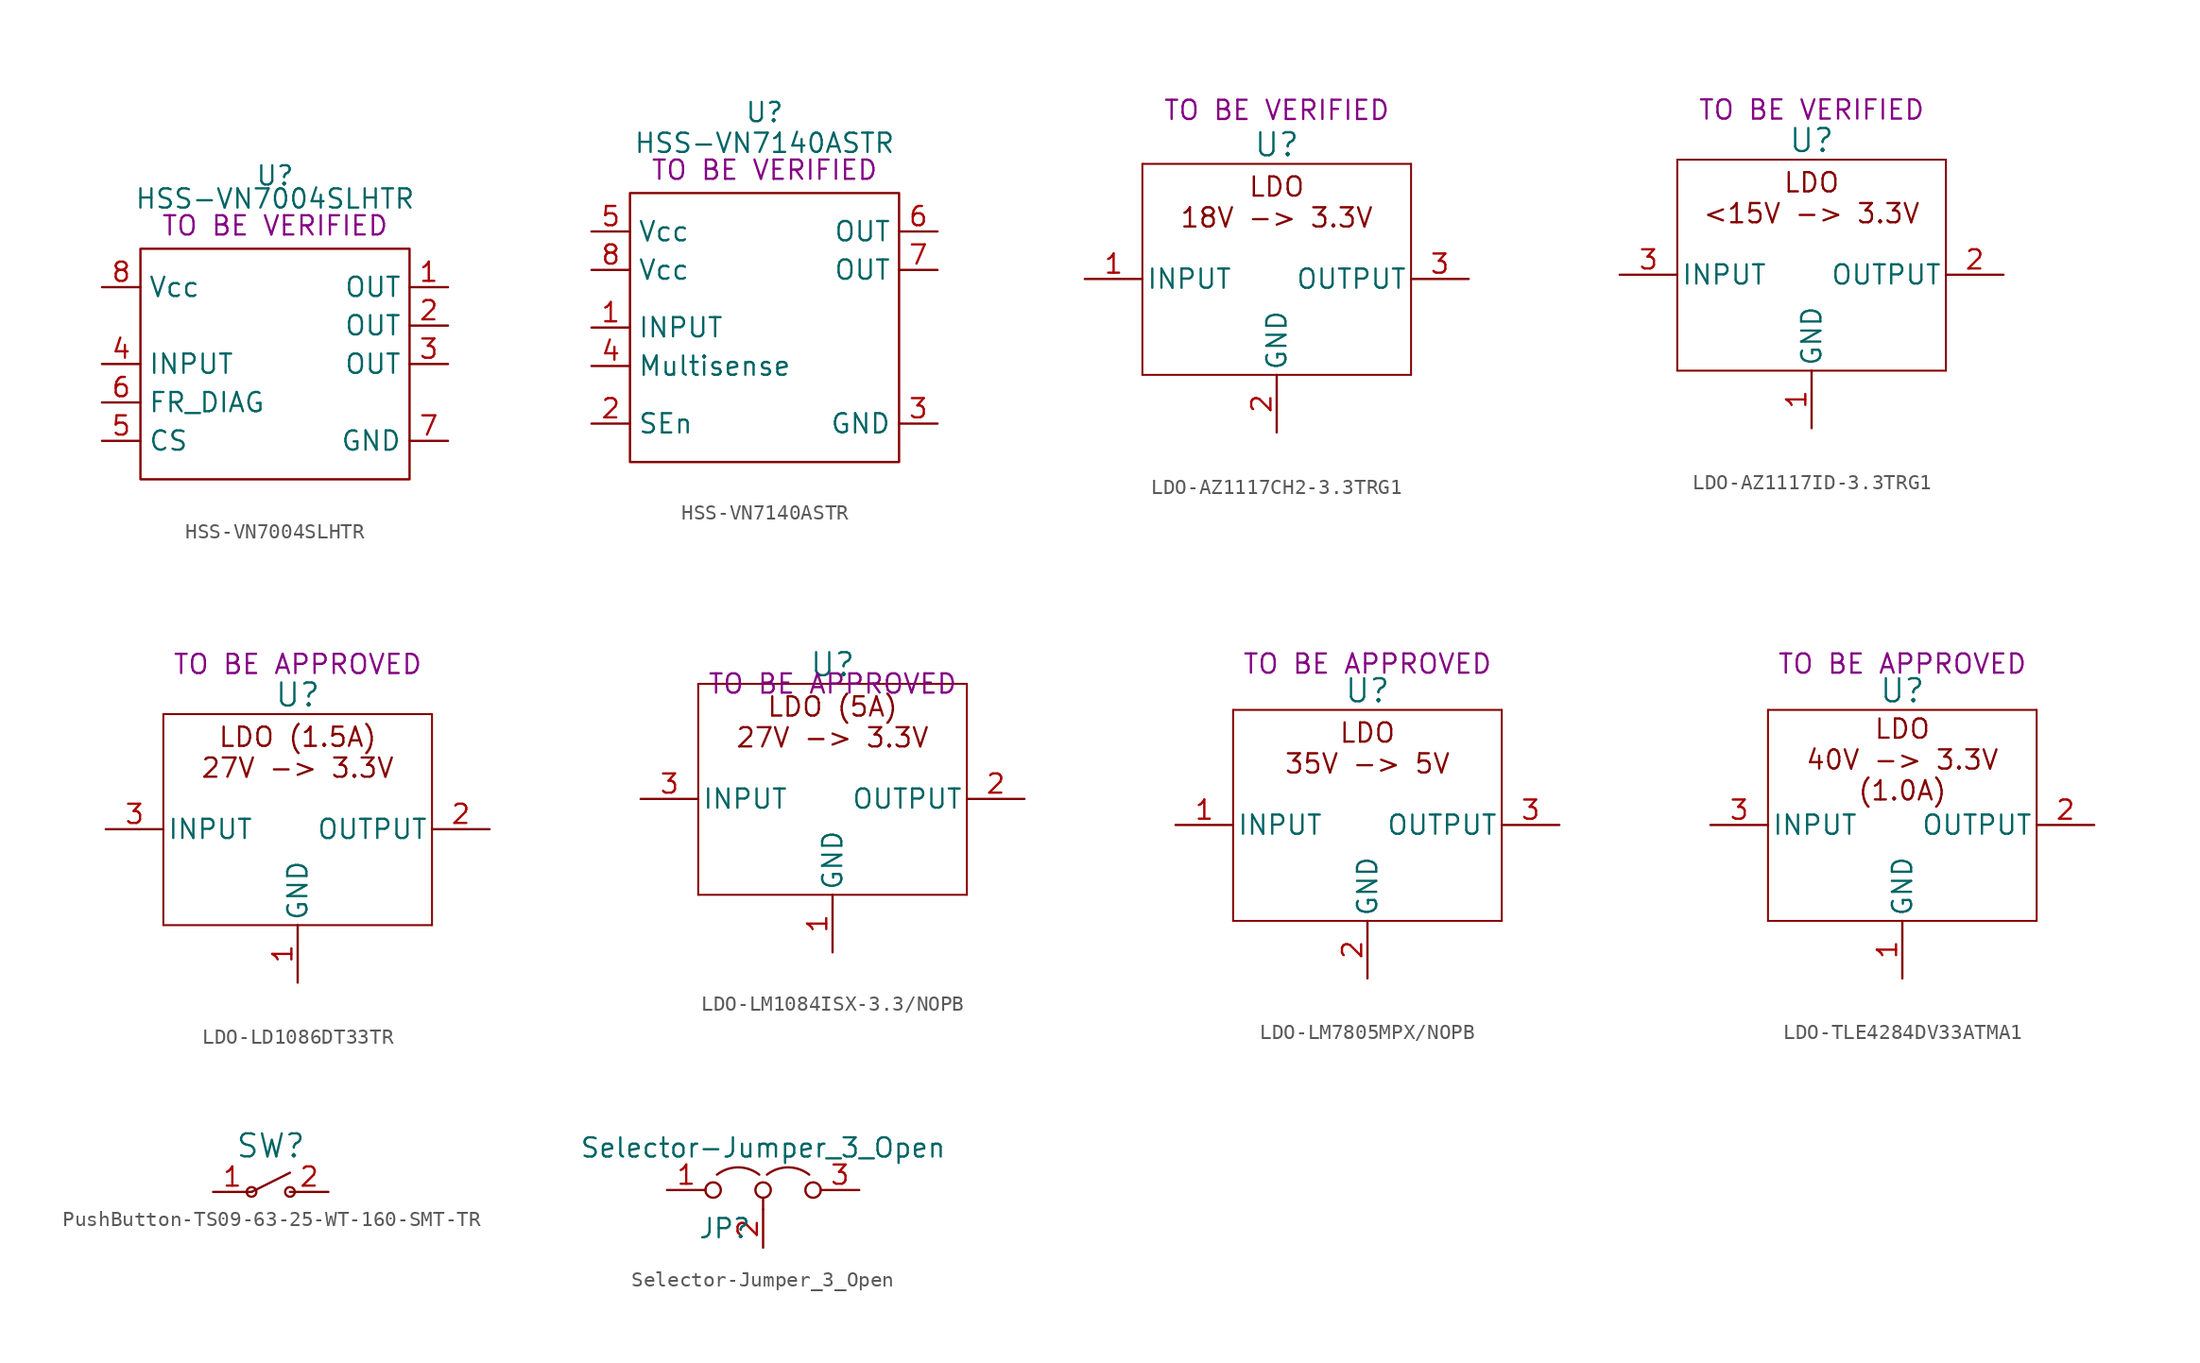
<source format=kicad_sym>
(kicad_symbol_lib
  (version 20231120)
  (generator "kicad_symbol_editor")
  (generator_version "8.0")
  (symbol "HSS-VN7004SLHTR"
    (property "Reference" "U"
      (at 0 1.016 0)
      (effects (font (size 1.27 1.27))))
    (property "Value" "HSS-VN7004SLHTR "
      (at 0 -0.508 0)
      (effects (font (size 1.27 1.27))))
    (property "STATUS" "TO BE VERIFIED"
      (at 0 -2.286 0)
      (effects (font (size 1.27 1.27))))
    (property "Digikey" ""
      (at -0.508 5.842 0)
      (effects (font (size 1.27 1.27))))
    (symbol "HSS-VN7004SLHTR_0_1"
      (rectangle (start -8.89 -3.81) (end 8.89 -19.05) (stroke (width 0) (type default)) (fill (type none))))
    (symbol "HSS-VN7004SLHTR_1_1"
      (pin power_out line (at 11.43 -6.35 180) (length 2.54) (name "OUT" (effects (font (size 1.27 1.27)))) (number "1" (effects (font (size 1.27 1.27)))))
      (pin power_in line (at 11.43 -8.89 180) (length 2.54) (name "OUT" (effects (font (size 1.27 1.27)))) (number "2" (effects (font (size 1.27 1.27)))))
      (pin power_in line (at 11.43 -11.43 180) (length 2.54) (name "OUT" (effects (font (size 1.27 1.27)))) (number "3" (effects (font (size 1.27 1.27)))))
      (pin input line (at -11.43 -11.43 0) (length 2.54) (name "INPUT" (effects (font (size 1.27 1.27)))) (number "4" (effects (font (size 1.27 1.27)))))
      (pin passive line (at -11.43 -16.51 0) (length 2.54) (name "CS" (effects (font (size 1.27 1.27)))) (number "5" (effects (font (size 1.27 1.27)))))
      (pin passive line (at -11.43 -13.97 0) (length 2.54) (name "FR_DIAG" (effects (font (size 1.27 1.27)))) (number "6" (effects (font (size 1.27 1.27)))))
      (pin power_in line (at 11.43 -16.51 180) (length 2.54) (name "GND" (effects (font (size 1.27 1.27)))) (number "7" (effects (font (size 1.27 1.27)))))
      (pin power_in line (at -11.43 -6.35 0) (length 2.54) (name "Vcc" (effects (font (size 1.27 1.27)))) (number "8" (effects (font (size 1.27 1.27)))))))
  (symbol "HSS-VN7140ASTR"
    (property "Reference" "U"
      (at 0 1.524 0)
      (effects (font (size 1.27 1.27))))
    (property "Value" "HSS-VN7140ASTR"
      (at 0 -0.508 0)
      (effects (font (size 1.27 1.27))))
    (property "STATUS" "TO BE VERIFIED"
      (at 0 -2.286 0)
      (effects (font (size 1.27 1.27))))
    (symbol "HSS-VN7140ASTR_0_1"
      (rectangle (start -8.89 -3.81) (end 8.89 -21.59) (stroke (width 0) (type default)) (fill (type none))))
    (symbol "HSS-VN7140ASTR_1_1"
      (pin input line (at -11.43 -12.7 0) (length 2.54) (name "INPUT" (effects (font (size 1.27 1.27)))) (number "1" (effects (font (size 1.27 1.27)))))
      (pin input line (at -11.43 -19.05 0) (length 2.54) (name "SEn" (effects (font (size 1.27 1.27)))) (number "2" (effects (font (size 1.27 1.27)))))
      (pin power_in line (at 11.43 -19.05 180) (length 2.54) (name "GND" (effects (font (size 1.27 1.27)))) (number "3" (effects (font (size 1.27 1.27)))))
      (pin output line (at -11.43 -15.24 0) (length 2.54) (name "Multisense" (effects (font (size 1.27 1.27)))) (number "4" (effects (font (size 1.27 1.27)))))
      (pin power_in line (at -11.43 -6.35 0) (length 2.54) (name "Vcc" (effects (font (size 1.27 1.27)))) (number "5" (effects (font (size 1.27 1.27)))))
      (pin power_out line (at 11.43 -6.35 180) (length 2.54) (name "OUT" (effects (font (size 1.27 1.27)))) (number "6" (effects (font (size 1.27 1.27)))))
      (pin power_in line (at 11.43 -8.89 180) (length 2.54) (name "OUT" (effects (font (size 1.27 1.27)))) (number "7" (effects (font (size 1.27 1.27)))))
      (pin power_in line (at -11.43 -8.89 0) (length 2.54) (name "Vcc" (effects (font (size 1.27 1.27)))) (number "8" (effects (font (size 1.27 1.27)))))))
  (symbol "LDO-AZ1117CH2-3.3TRG1"
    (pin_names
      (offset 0.254))
    (property "Reference" "U"
      (at 0 1.27 0)
      (effects (font (size 1.524 1.524))))
    (property "STATUS" "TO BE VERIFIED"
      (at 0 3.556 0)
      (effects (font (size 1.27 1.27))))
    (symbol "LDO-AZ1117CH2-3.3TRG1_0_1"
      (polyline (pts (xy -8.89 -13.97) (xy 8.89 -13.97)) (stroke (width 0.127) (type default)) (fill (type none)))
      (polyline (pts (xy -8.89 0) (xy -8.89 -13.97)) (stroke (width 0.127) (type default)) (fill (type none)))
      (polyline (pts (xy 8.89 -13.97) (xy 8.89 0)) (stroke (width 0.127) (type default)) (fill (type none)))
      (polyline (pts (xy 8.89 0) (xy -8.89 0)) (stroke (width 0.127) (type default)) (fill (type none))))
    (symbol "LDO-AZ1117CH2-3.3TRG1_1_1"
      (text "LDO\n18V -> 3.3V\n" (at 0 -2.54 0) (effects (font (size 1.27 1.27))))
      (pin input line (at -12.7 -7.62 0) (length 3.81) (name "INPUT" (effects (font (size 1.27 1.27)))) (number "1" (effects (font (size 1.27 1.27)))))
      (pin power_out line (at 0 -17.78 90) (length 3.81) (name "GND" (effects (font (size 1.27 1.27)))) (number "2" (effects (font (size 1.27 1.27)))))
      (pin output line (at 12.7 -7.62 180) (length 3.81) (name "OUTPUT" (effects (font (size 1.27 1.27)))) (number "3" (effects (font (size 1.27 1.27)))))))
  (symbol "LDO-AZ1117ID-3.3TRG1"
    (pin_names
      (offset 0.254))
    (property "Reference" "U"
      (at 0 1.27 0)
      (effects (font (size 1.524 1.524))))
    (property "STATUS" "TO BE VERIFIED"
      (at 0 3.302 0)
      (effects (font (size 1.27 1.27))))
    (symbol "LDO-AZ1117ID-3.3TRG1_0_1"
      (polyline (pts (xy -8.89 -13.97) (xy 8.89 -13.97)) (stroke (width 0.127) (type default)) (fill (type none)))
      (polyline (pts (xy -8.89 0) (xy -8.89 -13.97)) (stroke (width 0.127) (type default)) (fill (type none)))
      (polyline (pts (xy 8.89 -13.97) (xy 8.89 0)) (stroke (width 0.127) (type default)) (fill (type none)))
      (polyline (pts (xy 8.89 0) (xy -8.89 0)) (stroke (width 0.127) (type default)) (fill (type none))))
    (symbol "LDO-AZ1117ID-3.3TRG1_1_1"
      (text "LDO\n<15V -> 3.3V\n" (at 0 -2.54 0) (effects (font (size 1.27 1.27))))
      (pin power_out line (at 0 -17.78 90) (length 3.81) (name "GND" (effects (font (size 1.27 1.27)))) (number "1" (effects (font (size 1.27 1.27)))))
      (pin output line (at 12.7 -7.62 180) (length 3.81) (name "OUTPUT" (effects (font (size 1.27 1.27)))) (number "2" (effects (font (size 1.27 1.27)))))
      (pin input line (at -12.7 -7.62 0) (length 3.81) (name "INPUT" (effects (font (size 1.27 1.27)))) (number "3" (effects (font (size 1.27 1.27)))))))
  (symbol "LDO-LD1086DT33TR"
    (pin_names
      (offset 0.254))
    (property "Reference" "U"
      (at 0 1.27 0)
      (effects (font (size 1.524 1.524))))
    (property "STATUS" "TO BE APPROVED"
      (at 0 3.302 0)
      (effects (font (size 1.27 1.27))))
    (symbol "LDO-LD1086DT33TR_0_1"
      (polyline (pts (xy -8.89 -13.97) (xy 8.89 -13.97)) (stroke (width 0.127) (type default)) (fill (type none)))
      (polyline (pts (xy -8.89 0) (xy -8.89 -13.97)) (stroke (width 0.127) (type default)) (fill (type none)))
      (polyline (pts (xy 8.89 -13.97) (xy 8.89 0)) (stroke (width 0.127) (type default)) (fill (type none)))
      (polyline (pts (xy 8.89 0) (xy -8.89 0)) (stroke (width 0.127) (type default)) (fill (type none))))
    (symbol "LDO-LD1086DT33TR_1_1"
      (text "LDO (1.5A)\n27V -> 3.3V\n" (at 0 -2.54 0) (effects (font (size 1.27 1.27))))
      (pin power_out line (at 0 -17.78 90) (length 3.81) (name "GND" (effects (font (size 1.27 1.27)))) (number "1" (effects (font (size 1.27 1.27)))))
      (pin output line (at 12.7 -7.62 180) (length 3.81) (name "OUTPUT" (effects (font (size 1.27 1.27)))) (number "2" (effects (font (size 1.27 1.27)))))
      (pin input line (at -12.7 -7.62 0) (length 3.81) (name "INPUT" (effects (font (size 1.27 1.27)))) (number "3" (effects (font (size 1.27 1.27)))))))
  (symbol "LDO-LM1084ISX-3.3/NOPB"
    (pin_names
      (offset 0.254))
    (property "Reference" "U"
      (at 0 1.27 0)
      (effects (font (size 1.524 1.524))))
    (property "STATUS" "TO BE APPROVED"
      (at 0 0 0)
      (effects (font (size 1.27 1.27))))
    (symbol "LDO-LM1084ISX-3.3/NOPB_0_1"
      (polyline (pts (xy -8.89 -13.97) (xy 8.89 -13.97)) (stroke (width 0.127) (type default)) (fill (type none)))
      (polyline (pts (xy -8.89 0) (xy -8.89 -13.97)) (stroke (width 0.127) (type default)) (fill (type none)))
      (polyline (pts (xy 8.89 -13.97) (xy 8.89 0)) (stroke (width 0.127) (type default)) (fill (type none)))
      (polyline (pts (xy 8.89 0) (xy -8.89 0)) (stroke (width 0.127) (type default)) (fill (type none))))
    (symbol "LDO-LM1084ISX-3.3/NOPB_1_1"
      (text "LDO (5A)\n27V -> 3.3V\n" (at 0 -2.54 0) (effects (font (size 1.27 1.27))))
      (pin power_in line (at 0 -17.78 90) (length 3.81) (name "GND" (effects (font (size 1.27 1.27)))) (number "1" (effects (font (size 1.27 1.27)))))
      (pin power_out line (at 12.7 -7.62 180) (length 3.81) (name "OUTPUT" (effects (font (size 1.27 1.27)))) (number "2" (effects (font (size 1.27 1.27)))))
      (pin power_in line (at -12.7 -7.62 0) (length 3.81) (name "INPUT" (effects (font (size 1.27 1.27)))) (number "3" (effects (font (size 1.27 1.27)))))))
  (symbol "LDO-LM7805MPX/NOPB"
    (pin_names
      (offset 0.254))
    (property "Reference" "U"
      (at 0 1.27 0)
      (effects (font (size 1.524 1.524))))
    (property "STATUS" "TO BE APPROVED"
      (at 0 3.048 0)
      (effects (font (size 1.27 1.27))))
    (symbol "LDO-LM7805MPX/NOPB_0_1"
      (polyline (pts (xy -8.89 -13.97) (xy 8.89 -13.97)) (stroke (width 0.127) (type default)) (fill (type none)))
      (polyline (pts (xy -8.89 0) (xy -8.89 -13.97)) (stroke (width 0.127) (type default)) (fill (type none)))
      (polyline (pts (xy 8.89 -13.97) (xy 8.89 0)) (stroke (width 0.127) (type default)) (fill (type none)))
      (polyline (pts (xy 8.89 0) (xy -8.89 0)) (stroke (width 0.127) (type default)) (fill (type none))))
    (symbol "LDO-LM7805MPX/NOPB_1_1"
      (text "LDO\n35V -> 5V\n" (at 0 -2.54 0) (effects (font (size 1.27 1.27))))
      (pin power_in line (at -12.7 -7.62 0) (length 3.81) (name "INPUT" (effects (font (size 1.27 1.27)))) (number "1" (effects (font (size 1.27 1.27)))))
      (pin power_in line (at 0 -17.78 90) (length 3.81) (name "GND" (effects (font (size 1.27 1.27)))) (number "2" (effects (font (size 1.27 1.27)))))
      (pin power_out line (at 12.7 -7.62 180) (length 3.81) (name "OUTPUT" (effects (font (size 1.27 1.27)))) (number "3" (effects (font (size 1.27 1.27)))))))
  (symbol "LDO-TLE4284DV33ATMA1"
    (pin_names
      (offset 0.254))
    (property "Reference" "U"
      (at 0 1.27 0)
      (effects (font (size 1.524 1.524))))
    (property "STATUS" "TO BE APPROVED"
      (at 0 3.048 0)
      (effects (font (size 1.27 1.27))))
    (symbol "LDO-TLE4284DV33ATMA1_0_1"
      (polyline (pts (xy -8.89 -13.97) (xy 8.89 -13.97)) (stroke (width 0.127) (type default)) (fill (type none)))
      (polyline (pts (xy -8.89 0) (xy -8.89 -13.97)) (stroke (width 0.127) (type default)) (fill (type none)))
      (polyline (pts (xy 8.89 -13.97) (xy 8.89 0)) (stroke (width 0.127) (type default)) (fill (type none)))
      (polyline (pts (xy 8.89 0) (xy -8.89 0)) (stroke (width 0.127) (type default)) (fill (type none))))
    (symbol "LDO-TLE4284DV33ATMA1_1_1"
      (text "LDO\n40V -> 3.3V\n(1.0A)" (at 0 -3.302 0) (effects (font (size 1.27 1.27))))
      (pin power_in line (at 0 -17.78 90) (length 3.81) (name "GND" (effects (font (size 1.27 1.27)))) (number "1" (effects (font (size 1.27 1.27)))))
      (pin power_out line (at 12.7 -7.62 180) (length 3.81) (name "OUTPUT" (effects (font (size 1.27 1.27)))) (number "2" (effects (font (size 1.27 1.27)))))
      (pin power_in line (at -12.7 -7.62 0) (length 3.81) (name "INPUT" (effects (font (size 1.27 1.27)))) (number "3" (effects (font (size 1.27 1.27)))))))
  (symbol "PushButton-TS09-63-25-WT-160-SMT-TR"
    (pin_names
      (offset 0.254))
    (property "Reference" "SW"
      (at 0 3.048 0)
      (effects (font (size 1.524 1.524))))
    (symbol "PushButton-TS09-63-25-WT-160-SMT-TR_0_1"
      (circle (center -1.27 0) (radius 0.318) (stroke (width 0) (type default)) (fill (type none)))
      (polyline (pts (xy -1.27 0) (xy 1.27 1.27)) (stroke (width 0) (type default)) (fill (type none)))
      (circle (center 1.27 0) (radius 0.318) (stroke (width 0) (type default)) (fill (type none))))
    (symbol "PushButton-TS09-63-25-WT-160-SMT-TR_1_1"
      (pin passive line (at -3.81 0 0) (length 2.54) (name "" (effects (font (size 1.27 1.27)))) (number "1" (effects (font (size 1.27 1.27)))))
      (pin passive line (at 3.81 0 180) (length 2.54) (name "" (effects (font (size 1.27 1.27)))) (number "2" (effects (font (size 1.27 1.27)))))))
  (symbol "Selector-Jumper_3_Open"
    (pin_names
      (offset 0) hide)
    (property "Reference" "JP"
      (at -2.54 -2.54 0)
      (effects (font (size 1.27 1.27))))
    (property "Value" "Selector-Jumper_3_Open"
      (at 0 2.794 0)
      (effects (font (size 1.27 1.27))))
    (symbol "Selector-Jumper_3_Open_0_0"
      (circle (center -3.302 0) (radius 0.508) (stroke (width 0) (type default)) (fill (type none)))
      (circle (center 0 0) (radius 0.508) (stroke (width 0) (type default)) (fill (type none)))
      (circle (center 3.302 0) (radius 0.508) (stroke (width 0) (type default)) (fill (type none))))
    (symbol "Selector-Jumper_3_Open_0_1"
      (arc (start -0.254 1.016) (mid -1.651 1.4992) (end -3.048 1.016) (stroke (width 0) (type default)) (fill (type none)))
      (polyline (pts (xy 0 -0.508) (xy 0 -1.27)) (stroke (width 0) (type default)) (fill (type none)))
      (arc (start 3.048 1.016) (mid 1.651 1.4992) (end 0.254 1.016) (stroke (width 0) (type default)) (fill (type none))))
    (symbol "Selector-Jumper_3_Open_1_1"
      (pin passive line (at -6.35 0 0) (length 2.54) (name "A" (effects (font (size 1.27 1.27)))) (number "1" (effects (font (size 1.27 1.27)))))
      (pin passive line (at 0 -3.81 90) (length 2.54) (name "C" (effects (font (size 1.27 1.27)))) (number "2" (effects (font (size 1.27 1.27)))))
      (pin passive line (at 6.35 0 180) (length 2.54) (name "B" (effects (font (size 1.27 1.27)))) (number "3" (effects (font (size 1.27 1.27))))))))
</source>
